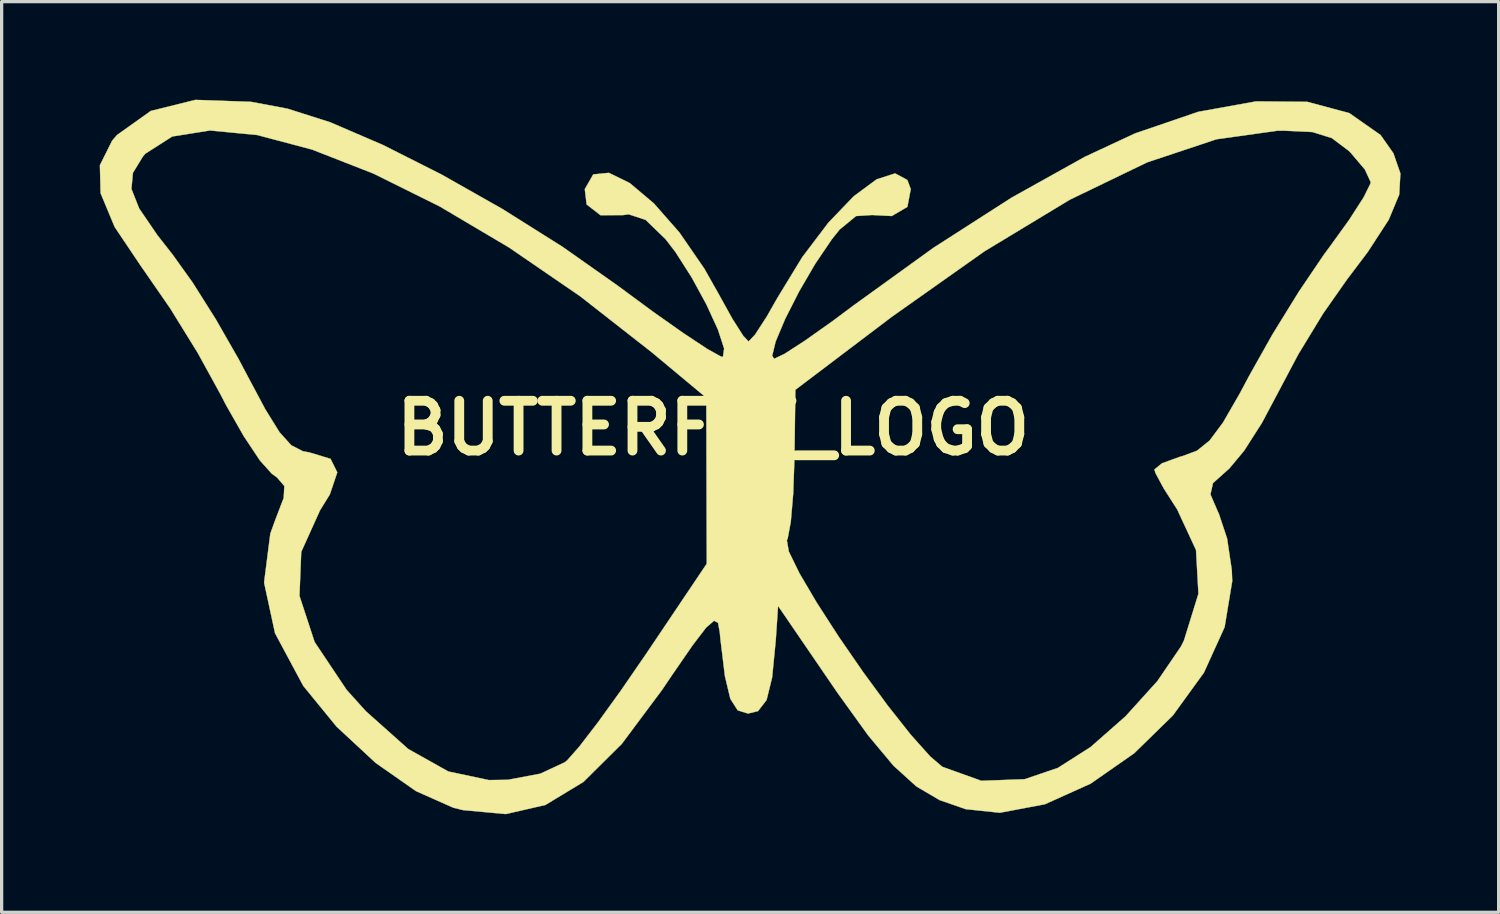
<source format=kicad_pcb>
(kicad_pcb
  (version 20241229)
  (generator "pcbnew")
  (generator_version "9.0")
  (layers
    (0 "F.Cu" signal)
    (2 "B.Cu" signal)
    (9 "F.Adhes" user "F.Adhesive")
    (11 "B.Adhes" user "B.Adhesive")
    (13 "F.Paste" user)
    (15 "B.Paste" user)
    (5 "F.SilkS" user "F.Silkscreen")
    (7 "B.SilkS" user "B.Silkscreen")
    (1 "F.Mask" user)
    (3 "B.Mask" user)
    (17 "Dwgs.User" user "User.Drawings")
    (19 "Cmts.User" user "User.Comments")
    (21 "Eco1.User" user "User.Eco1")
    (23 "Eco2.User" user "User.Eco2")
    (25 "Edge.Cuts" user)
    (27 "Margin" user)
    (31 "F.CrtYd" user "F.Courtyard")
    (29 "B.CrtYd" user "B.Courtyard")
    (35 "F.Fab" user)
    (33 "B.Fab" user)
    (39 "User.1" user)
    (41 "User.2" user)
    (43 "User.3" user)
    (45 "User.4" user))
  (footprint "BUTTERFLY_LOGO"
    (layer "F.Cu")
    (at 18.76 10.04)
    (property "Reference" "BUTTERFLY_LOGO" (at 0 0 0) (layer "F.SilkS") (effects (font (size 1.524 1.524) (thickness 0.3))))
    (attr through_hole)
    (fp_poly (pts (xy -14.136 -9.976) (xy -13.016 -9.766) (xy -11.708 -9.349) (xy -10.102 -8.658) (xy -8.308 -7.753) (xy -6.439 -6.695) (xy -4.607 -5.542) (xy -2.937 -4.366) (xy -1.844 -3.56) (xy -0.896 -2.892) (xy -0.174 -2.415) (xy 0.24 -2.185) (xy 0.299 -2.174) (xy 0.335 -2.433) (xy 0.146 -3.01) (xy -0.206 -3.778) (xy -0.659 -4.609) (xy -1.151 -5.379) (xy -1.453 -5.773) (xy -2.065 -6.366) (xy -2.585 -6.537) (xy -2.754 -6.512) (xy -3.447 -6.509) (xy -3.87 -6.838) (xy -3.926 -7.305) (xy -3.668 -7.756) (xy -3.19 -7.804) (xy -2.553 -7.493) (xy -1.815 -6.871) (xy -1.034 -5.982) (xy -0.27 -4.873) (xy 0.158 -4.116) (xy 0.58 -3.353) (xy 0.918 -2.821) (xy 1.082 -2.646) (xy 1.283 -2.859) (xy 1.639 -3.409) (xy 1.963 -3.977) (xy 2.726 -5.228) (xy 3.523 -6.28) (xy 4.299 -7.088) (xy 4.998 -7.605) (xy 5.563 -7.787) (xy 5.938 -7.586) (xy 6.042 -7.308) (xy 5.939 -6.763) (xy 5.462 -6.484) (xy 4.861 -6.515) (xy 4.369 -6.483) (xy 3.868 -6.071) (xy 3.631 -5.776) (xy 3.12 -5.022) (xy 2.625 -4.172) (xy 2.203 -3.341) (xy 1.911 -2.648) (xy 1.804 -2.21) (xy 1.863 -2.117) (xy 2.182 -2.268) (xy 2.814 -2.678) (xy 3.658 -3.275) (xy 4.294 -3.75) (xy 6.738 -5.513) (xy 9.13 -7.048) (xy 11.365 -8.294) (xy 12.902 -9.01) (xy 14.832 -9.67) (xy 16.605 -9.99) (xy 18.165 -9.976) (xy 19.452 -9.632) (xy 20.409 -8.962) (xy 20.802 -8.404) (xy 21.016 -7.786) (xy 20.98 -7.14) (xy 20.66 -6.372) (xy 20.021 -5.388) (xy 19.384 -4.544) (xy 18.654 -3.504) (xy 17.894 -2.256) (xy 17.303 -1.14) (xy 16.78 -0.155) (xy 16.236 0.695) (xy 15.777 1.246) (xy 15.723 1.291) (xy 15.285 1.684) (xy 15.207 2.03) (xy 15.442 2.575) (xy 15.463 2.617) (xy 15.717 3.381) (xy 15.86 4.345) (xy 15.873 4.683) (xy 15.641 6.087) (xy 15.008 7.48) (xy 14.058 8.79) (xy 12.875 9.946) (xy 11.543 10.875) (xy 10.145 11.505) (xy 8.767 11.765) (xy 7.723 11.655) (xy 6.923 11.377) (xy 6.215 10.961) (xy 5.516 10.328) (xy 4.742 9.402) (xy 3.807 8.104) (xy 3.641 7.862) (xy 1.984 5.439) (xy 1.914 6.49) (xy 1.803 7.625) (xy 1.633 8.318) (xy 1.371 8.657) (xy 1.065 8.731) (xy 0.75 8.633) (xy 0.525 8.281) (xy 0.359 7.587) (xy 0.223 6.465) (xy 0.202 6.248) (xy 0.149 5.957) (xy 0.026 5.892) (xy -0.217 6.104) (xy -0.628 6.642) (xy -1.258 7.555) (xy -1.564 8.009) (xy -2.795 9.659) (xy -3.967 10.822) (xy -5.132 11.527) (xy -6.343 11.805) (xy -7.652 11.684) (xy -7.951 11.609) (xy -9.087 11.104) (xy -10.322 10.241) (xy -11.516 9.133) (xy -12.53 7.892) (xy -12.539 7.879) (xy -13.399 6.275) (xy -13.734 4.725) (xy -13.543 3.228) (xy -13.387 2.798) (xy -13.134 2.138) (xy -13.114 1.773) (xy -13.339 1.511) (xy -13.498 1.396) (xy -13.861 0.992) (xy -14.357 0.246) (xy -14.898 -0.704) (xy -15.076 -1.048) (xy -15.767 -2.305) (xy -16.603 -3.657) (xy -17.409 -4.823) (xy -17.45 -4.879) (xy -18.303 -6.148) (xy -18.733 -7.18) (xy -18.737 -7.313) (xy -17.791 -7.313) (xy -17.554 -6.714) (xy -17 -5.902) (xy -16.53 -5.302) (xy -15.925 -4.458) (xy -15.214 -3.332) (xy -14.519 -2.119) (xy -14.279 -1.665) (xy -13.696 -0.571) (xy -13.261 0.13) (xy -12.903 0.527) (xy -12.551 0.708) (xy -12.345 0.747) (xy -11.701 0.942) (xy -11.496 1.356) (xy -11.723 2.029) (xy -12.023 2.516) (xy -12.598 3.787) (xy -12.652 5.133) (xy -12.189 6.543) (xy -11.211 8.006) (xy -10.619 8.663) (xy -9.325 9.816) (xy -8.1 10.503) (xy -6.861 10.766) (xy -6.281 10.758) (xy -5.285 10.57) (xy -4.538 10.222) (xy -4.461 10.159) (xy -4.099 9.749) (xy -3.525 9.002) (xy -2.819 8.023) (xy -2.059 6.919) (xy -2.048 6.903) (xy -0.196 4.149) (xy -0.198 3.432) (xy 2.253 3.432) (xy 2.313 3.777) (xy 2.639 4.444) (xy 3.167 5.34) (xy 3.835 6.375) (xy 4.58 7.455) (xy 5.338 8.488) (xy 6.045 9.382) (xy 6.639 10.046) (xy 7.008 10.36) (xy 8.201 10.788) (xy 9.528 10.739) (xy 10.543 10.393) (xy 11.542 9.756) (xy 12.612 8.815) (xy 13.587 7.736) (xy 14.301 6.688) (xy 14.397 6.499) (xy 14.84 5.067) (xy 14.766 3.73) (xy 14.191 2.491) (xy 13.777 1.843) (xy 13.527 1.378) (xy 13.494 1.269) (xy 13.721 1.08) (xy 14.277 0.878) (xy 14.354 0.858) (xy 14.795 0.694) (xy 15.181 0.384) (xy 15.591 -0.167) (xy 16.104 -1.056) (xy 16.404 -1.619) (xy 17.105 -2.865) (xy 17.909 -4.167) (xy 18.67 -5.292) (xy 18.852 -5.538) (xy 19.447 -6.363) (xy 19.89 -7.051) (xy 20.101 -7.476) (xy 20.108 -7.521) (xy 19.93 -7.907) (xy 19.494 -8.421) (xy 19.429 -8.484) (xy 18.92 -8.867) (xy 18.328 -9.052) (xy 17.45 -9.094) (xy 17.246 -9.091) (xy 15.392 -8.831) (xy 13.274 -8.126) (xy 10.905 -6.982) (xy 8.297 -5.405) (xy 5.464 -3.403) (xy 5.324 -3.297) (xy 2.514 -1.17) (xy 2.484 0.968) (xy 2.447 2.01) (xy 2.374 2.863) (xy 2.279 3.376) (xy 2.253 3.432) (xy -0.198 3.432) (xy -0.203 1.611) (xy -0.21 -0.926) (xy -1.887 -2.324) (xy -4.069 -4.031) (xy -6.244 -5.522) (xy -8.365 -6.778) (xy -10.387 -7.781) (xy -12.263 -8.515) (xy -13.945 -8.961) (xy -15.387 -9.1) (xy -16.543 -8.916) (xy -17.366 -8.39) (xy -17.447 -8.294) (xy -17.745 -7.804) (xy -17.791 -7.313) (xy -18.737 -7.313) (xy -18.755 -8.038) (xy -18.38 -8.789) (xy -18.231 -8.962) (xy -17.198 -9.697) (xy -15.837 -10.035) (xy -14.136 -9.976)) (stroke (width 0.01) (type solid)) (fill yes) (layer "F.SilkS")))
  (gr_rect
    (start -3 -3)
    (end 42.781 24.849)
    (stroke (width 0.1) (type default))
    (fill no)
    (layer "Edge.Cuts")))
</source>
